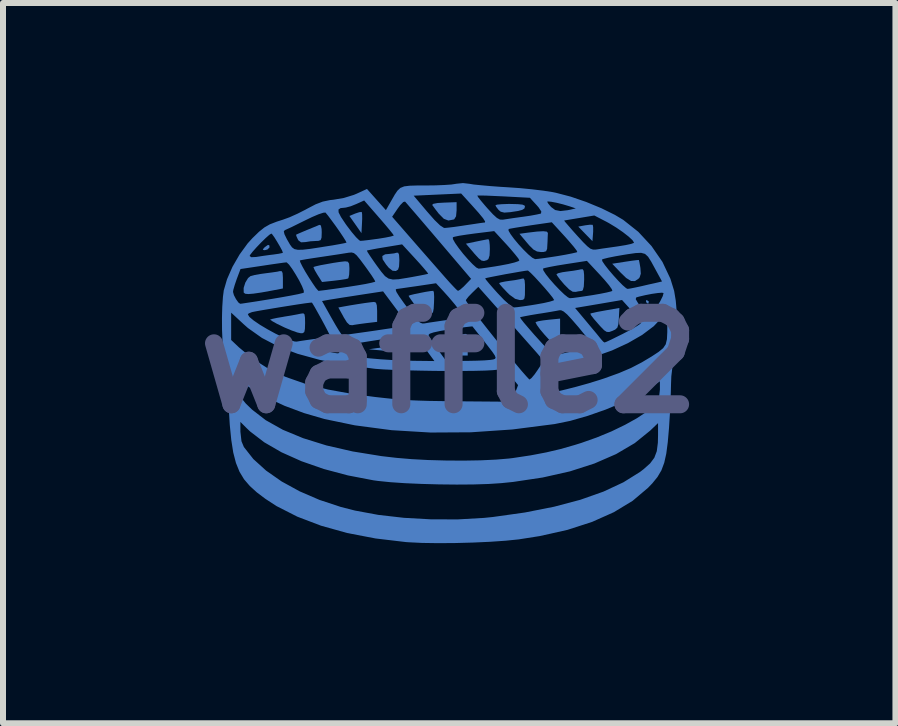
<source format=kicad_pcb>
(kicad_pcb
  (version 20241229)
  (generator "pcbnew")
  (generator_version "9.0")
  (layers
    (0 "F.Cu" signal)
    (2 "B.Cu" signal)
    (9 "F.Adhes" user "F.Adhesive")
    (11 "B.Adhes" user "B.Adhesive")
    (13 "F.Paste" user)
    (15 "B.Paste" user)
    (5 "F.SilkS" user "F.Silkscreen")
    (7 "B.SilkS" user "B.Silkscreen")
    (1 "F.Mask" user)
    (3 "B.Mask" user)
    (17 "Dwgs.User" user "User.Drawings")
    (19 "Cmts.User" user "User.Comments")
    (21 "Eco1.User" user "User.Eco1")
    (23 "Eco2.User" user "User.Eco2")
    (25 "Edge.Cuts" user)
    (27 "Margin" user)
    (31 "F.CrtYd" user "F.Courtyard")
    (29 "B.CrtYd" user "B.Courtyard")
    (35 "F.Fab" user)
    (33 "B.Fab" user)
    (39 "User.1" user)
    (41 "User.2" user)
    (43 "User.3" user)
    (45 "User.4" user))
  (footprint "waffle2"
    (layer "F.Cu")
    (at 4.434 2.996)
    (property "Reference" "waffle2" (at 0 0 0) (layer "B.Fab") (effects (font (size 1.524 1.524) (thickness 0.3))))
    (attr board_only exclude_from_pos_files exclude_from_bom)
    (fp_poly (pts (xy -2.999 -1.963) (xy -2.993 -1.925) (xy -3.028 -1.89) (xy -3.072 -1.878) (xy -3.105 -1.882) (xy -3.094 -1.906) (xy -3.071 -1.93) (xy -3.024 -1.963)) (stroke (width 0) (type solid)) (fill yes) (layer "B.Cu"))
    (fp_poly (pts (xy 3.324 -1.024) (xy 3.325 -1.016) (xy 3.315 -0.986) (xy 3.312 -0.985) (xy 3.285 -1.007) (xy 3.279 -1.016) (xy 3.281 -1.044) (xy 3.292 -1.047)) (stroke (width 0) (type solid)) (fill yes) (layer "B.Cu"))
    (fp_poly (pts (xy -1.457 -2.514) (xy -1.451 -2.479) (xy -1.45 -2.401) (xy -1.453 -2.332) (xy -1.462 -2.162) (xy -1.663 -2.448) (xy -1.567 -2.488) (xy -1.498 -2.511) (xy -1.459 -2.515)) (stroke (width 0) (type solid)) (fill yes) (layer "B.Cu"))
    (fp_poly (pts (xy 2.387 -2.301) (xy 2.391 -2.299) (xy 2.398 -2.262) (xy 2.398 -2.187) (xy 2.396 -2.157) (xy 2.386 -2.028) (xy 2.268 -2.149) (xy 2.15 -2.271) (xy 2.264 -2.292) (xy 2.341 -2.302)) (stroke (width 0) (type solid)) (fill yes) (layer "B.Cu"))
    (fp_poly (pts (xy 0.123 -2.543) (xy 0.114 -2.443) (xy 0.084 -2.394) (xy 0.074 -2.389) (xy -0.014 -2.372) (xy -0.09 -2.401) (xy -0.171 -2.483) (xy -0.174 -2.486) (xy -0.232 -2.561) (xy -0.274 -2.618) (xy -0.284 -2.632) (xy -0.266 -2.65) (xy -0.193 -2.664) (xy -0.089 -2.67) (xy 0.123 -2.678)) (stroke (width 0) (type solid)) (fill yes) (layer "B.Cu"))
    (fp_poly (pts (xy 1.847 -0.508) (xy 1.844 -0.38) (xy 1.829 -0.305) (xy 1.797 -0.283) (xy 1.743 -0.312) (xy 1.66 -0.391) (xy 1.589 -0.469) (xy 1.514 -0.558) (xy 1.461 -0.631) (xy 1.439 -0.674) (xy 1.44 -0.68) (xy 1.481 -0.694) (xy 1.563 -0.708) (xy 1.655 -0.719) (xy 1.847 -0.738)) (stroke (width 0) (type solid)) (fill yes) (layer "B.Cu"))
    (fp_poly (pts (xy -0.696 -0.293) (xy -0.681 -0.271) (xy -0.677 -0.235) (xy -0.677 -0.231) (xy -0.697 -0.17) (xy -0.757 -0.155) (xy -0.816 -0.169) (xy -0.859 -0.177) (xy -0.947 -0.188) (xy -1.062 -0.201) (xy -1.093 -0.204) (xy -1.339 -0.227) (xy -1.078 -0.265) (xy -0.915 -0.288) (xy -0.804 -0.301) (xy -0.734 -0.303)) (stroke (width 0) (type solid)) (fill yes) (layer "B.Cu"))
    (fp_poly (pts (xy 0.667 -2.034) (xy 0.675 -1.963) (xy 0.677 -1.897) (xy 0.672 -1.79) (xy 0.653 -1.731) (xy 0.629 -1.712) (xy 0.579 -1.698) (xy 0.538 -1.705) (xy 0.491 -1.742) (xy 0.423 -1.816) (xy 0.403 -1.84) (xy 0.278 -1.986) (xy 0.455 -2.023) (xy 0.554 -2.043) (xy 0.627 -2.057) (xy 0.654 -2.061)) (stroke (width 0) (type solid)) (fill yes) (layer "B.Cu"))
    (fp_poly (pts (xy 3.159 -1.715) (xy 3.167 -1.684) (xy 3.18 -1.613) (xy 3.185 -1.582) (xy 3.192 -1.486) (xy 3.172 -1.425) (xy 3.156 -1.405) (xy 3.094 -1.363) (xy 3.028 -1.365) (xy 2.948 -1.415) (xy 2.856 -1.504) (xy 2.715 -1.652) (xy 2.934 -1.686) (xy 3.042 -1.702) (xy 3.122 -1.712) (xy 3.158 -1.715)) (stroke (width 0) (type solid)) (fill yes) (layer "B.Cu"))
    (fp_poly (pts (xy -0.836 -1.803) (xy -0.831 -1.722) (xy -0.831 -1.7) (xy -0.836 -1.605) (xy -0.852 -1.555) (xy -0.887 -1.532) (xy -0.893 -1.531) (xy -0.945 -1.536) (xy -1.007 -1.585) (xy -1.051 -1.638) (xy -1.109 -1.725) (xy -1.115 -1.781) (xy -1.068 -1.809) (xy -0.995 -1.816) (xy -0.917 -1.825) (xy -0.88 -1.835) (xy -0.851 -1.836)) (stroke (width 0) (type solid)) (fill yes) (layer "B.Cu"))
    (fp_poly (pts (xy 1.144 -2.645) (xy 1.22 -2.637) (xy 1.256 -2.621) (xy 1.262 -2.604) (xy 1.252 -2.572) (xy 1.215 -2.549) (xy 1.139 -2.53) (xy 1.014 -2.511) (xy 0.918 -2.504) (xy 0.858 -2.519) (xy 0.822 -2.549) (xy 0.782 -2.6) (xy 0.77 -2.627) (xy 0.798 -2.637) (xy 0.873 -2.644) (xy 0.981 -2.648) (xy 1.016 -2.648)) (stroke (width 0) (type solid)) (fill yes) (layer "B.Cu"))
    (fp_poly (pts (xy 1.626 -2.187) (xy 1.644 -2.165) (xy 1.644 -2.163) (xy 1.641 -2.11) (xy 1.638 -2.023) (xy 1.636 -1.986) (xy 1.631 -1.901) (xy 1.614 -1.86) (xy 1.571 -1.848) (xy 1.529 -1.847) (xy 1.463 -1.856) (xy 1.404 -1.888) (xy 1.335 -1.956) (xy 1.298 -1.999) (xy 1.17 -2.151) (xy 1.301 -2.169) (xy 1.46 -2.188) (xy 1.566 -2.194)) (stroke (width 0) (type solid)) (fill yes) (layer "B.Cu"))
    (fp_poly (pts (xy 2.826 -0.745) (xy 2.818 -0.645) (xy 2.801 -0.588) (xy 2.765 -0.555) (xy 2.719 -0.534) (xy 2.666 -0.515) (xy 2.625 -0.516) (xy 2.581 -0.544) (xy 2.519 -0.608) (xy 2.48 -0.652) (xy 2.411 -0.731) (xy 2.364 -0.792) (xy 2.35 -0.821) (xy 2.35 -0.821) (xy 2.384 -0.832) (xy 2.463 -0.849) (xy 2.572 -0.869) (xy 2.599 -0.874) (xy 2.835 -0.915)) (stroke (width 0) (type solid)) (fill yes) (layer "B.Cu"))
    (fp_poly (pts (xy -2.138 -2.29) (xy -2.126 -2.23) (xy -2.124 -2.174) (xy -2.127 -2.087) (xy -2.142 -2.046) (xy -2.179 -2.033) (xy -2.213 -2.032) (xy -2.312 -2.026) (xy -2.395 -2.013) (xy -2.468 -2.009) (xy -2.512 -2.041) (xy -2.524 -2.062) (xy -2.548 -2.116) (xy -2.55 -2.137) (xy -2.519 -2.151) (xy -2.447 -2.182) (xy -2.371 -2.214) (xy -2.273 -2.254) (xy -2.195 -2.286) (xy -2.163 -2.3)) (stroke (width 0) (type solid)) (fill yes) (layer "B.Cu"))
    (fp_poly (pts (xy 0.29 -0.478) (xy 0.303 -0.431) (xy 0.308 -0.333) (xy 0.308 -0.311) (xy 0.308 -0.123) (xy 0.171 -0.123) (xy 0.088 -0.128) (xy 0.028 -0.151) (xy -0.031 -0.205) (xy -0.075 -0.257) (xy -0.135 -0.333) (xy -0.175 -0.389) (xy -0.185 -0.408) (xy -0.157 -0.419) (xy -0.083 -0.432) (xy 0.02 -0.446) (xy 0.021 -0.446) (xy 0.132 -0.459) (xy 0.221 -0.473) (xy 0.267 -0.484)) (stroke (width 0) (type solid)) (fill yes) (layer "B.Cu"))
    (fp_poly (pts (xy -1.221 -1.004) (xy -1.206 -0.958) (xy -1.201 -0.866) (xy -1.201 -0.85) (xy -1.201 -0.684) (xy -1.378 -0.663) (xy -1.486 -0.649) (xy -1.578 -0.635) (xy -1.616 -0.628) (xy -1.66 -0.633) (xy -1.704 -0.674) (xy -1.759 -0.762) (xy -1.762 -0.769) (xy -1.847 -0.923) (xy -1.778 -0.936) (xy -1.661 -0.957) (xy -1.532 -0.978) (xy -1.409 -0.997) (xy -1.31 -1.01) (xy -1.253 -1.016) (xy -1.251 -1.016)) (stroke (width 0) (type solid)) (fill yes) (layer "B.Cu"))
    (fp_poly (pts (xy -0.255 -1.173) (xy -0.251 -1.1) (xy -0.253 -1.008) (xy -0.259 -0.903) (xy -0.27 -0.845) (xy -0.294 -0.819) (xy -0.338 -0.81) (xy -0.354 -0.809) (xy -0.413 -0.812) (xy -0.464 -0.841) (xy -0.525 -0.905) (xy -0.562 -0.952) (xy -0.622 -1.033) (xy -0.664 -1.094) (xy -0.677 -1.118) (xy -0.65 -1.129) (xy -0.581 -1.146) (xy -0.489 -1.165) (xy -0.392 -1.184) (xy -0.31 -1.197) (xy -0.265 -1.201)) (stroke (width 0) (type solid)) (fill yes) (layer "B.Cu"))
    (fp_poly (pts (xy 1.256 -1.376) (xy 1.262 -1.304) (xy 1.262 -1.235) (xy 1.261 -1.131) (xy 1.253 -1.075) (xy 1.231 -1.052) (xy 1.189 -1.047) (xy 1.176 -1.047) (xy 1.098 -1.068) (xy 1.007 -1.134) (xy 0.961 -1.179) (xy 0.892 -1.252) (xy 0.845 -1.306) (xy 0.831 -1.329) (xy 0.859 -1.341) (xy 0.93 -1.356) (xy 0.998 -1.366) (xy 1.101 -1.38) (xy 1.184 -1.396) (xy 1.214 -1.404) (xy 1.241 -1.406)) (stroke (width 0) (type solid)) (fill yes) (layer "B.Cu"))
    (fp_poly (pts (xy -2.776 -1.498) (xy -2.771 -1.422) (xy -2.771 -1.392) (xy -2.771 -1.24) (xy -2.948 -1.206) (xy -3.13 -1.173) (xy -3.261 -1.154) (xy -3.348 -1.147) (xy -3.399 -1.152) (xy -3.422 -1.17) (xy -3.424 -1.174) (xy -3.425 -1.249) (xy -3.397 -1.338) (xy -3.351 -1.414) (xy -3.309 -1.447) (xy -3.243 -1.464) (xy -3.142 -1.482) (xy -3.061 -1.493) (xy -2.953 -1.507) (xy -2.864 -1.52) (xy -2.825 -1.529) (xy -2.792 -1.529)) (stroke (width 0) (type solid)) (fill yes) (layer "B.Cu"))
    (fp_poly (pts (xy -1.689 -1.686) (xy -1.668 -1.654) (xy -1.663 -1.581) (xy -1.663 -1.557) (xy -1.667 -1.471) (xy -1.679 -1.415) (xy -1.686 -1.406) (xy -1.726 -1.396) (xy -1.809 -1.383) (xy -1.914 -1.37) (xy -2.119 -1.348) (xy -2.195 -1.467) (xy -2.238 -1.54) (xy -2.26 -1.588) (xy -2.26 -1.598) (xy -2.225 -1.609) (xy -2.147 -1.627) (xy -2.043 -1.646) (xy -1.931 -1.666) (xy -1.827 -1.682) (xy -1.75 -1.691) (xy -1.732 -1.692)) (stroke (width 0) (type solid)) (fill yes) (layer "B.Cu"))
    (fp_poly (pts (xy 2.24 -1.534) (xy 2.247 -1.467) (xy 2.248 -1.388) (xy 2.242 -1.271) (xy 2.226 -1.211) (xy 2.209 -1.2) (xy 2.149 -1.192) (xy 2.107 -1.183) (xy 2.057 -1.186) (xy 1.997 -1.225) (xy 1.915 -1.308) (xy 1.914 -1.309) (xy 1.847 -1.388) (xy 1.801 -1.45) (xy 1.786 -1.477) (xy 1.814 -1.494) (xy 1.886 -1.511) (xy 1.963 -1.522) (xy 2.07 -1.536) (xy 2.157 -1.551) (xy 2.194 -1.559) (xy 2.224 -1.56)) (stroke (width 0) (type solid)) (fill yes) (layer "B.Cu"))
    (fp_poly (pts (xy -2.411 -0.809) (xy -2.403 -0.755) (xy -2.401 -0.665) (xy -2.404 -0.567) (xy -2.414 -0.515) (xy -2.439 -0.496) (xy -2.471 -0.494) (xy -2.531 -0.507) (xy -2.627 -0.541) (xy -2.741 -0.589) (xy -2.768 -0.602) (xy -2.871 -0.652) (xy -2.946 -0.694) (xy -2.982 -0.719) (xy -2.983 -0.722) (xy -2.948 -0.733) (xy -2.869 -0.75) (xy -2.762 -0.768) (xy -2.755 -0.77) (xy -2.636 -0.789) (xy -2.533 -0.808) (xy -2.471 -0.821) (xy -2.431 -0.826)) (stroke (width 0) (type solid)) (fill yes) (layer "B.Cu"))
    (fp_poly (pts (xy 0.335 -2.984) (xy 0.408 -2.972) (xy 0.529 -2.96) (xy 0.684 -2.946) (xy 0.86 -2.933) (xy 0.976 -2.926) (xy 1.177 -2.912) (xy 1.381 -2.892) (xy 1.571 -2.869) (xy 1.726 -2.845) (xy 1.779 -2.834) (xy 2.024 -2.77) (xy 2.283 -2.681) (xy 2.535 -2.577) (xy 2.76 -2.466) (xy 2.899 -2.383) (xy 3.15 -2.184) (xy 3.37 -1.947) (xy 3.552 -1.683) (xy 3.685 -1.402) (xy 3.747 -1.201) (xy 3.774 -1.037) (xy 3.791 -0.842) (xy 3.798 -0.633) (xy 3.794 -0.426) (xy 3.78 -0.239) (xy 3.756 -0.089) (xy 3.744 -0.046) (xy 3.718 0.072) (xy 3.7 0.224) (xy 3.695 0.359) (xy 3.692 0.484) (xy 3.686 0.651) (xy 3.677 0.84) (xy 3.665 1.031) (xy 3.662 1.08) (xy 3.641 1.321) (xy 3.616 1.512) (xy 3.582 1.664) (xy 3.535 1.79) (xy 3.47 1.9) (xy 3.384 2.006) (xy 3.312 2.081) (xy 3.055 2.298) (xy 2.743 2.487) (xy 2.38 2.649) (xy 1.968 2.782) (xy 1.508 2.885) (xy 1.158 2.94) (xy 0.942 2.962) (xy 0.683 2.98) (xy 0.397 2.993) (xy 0.101 3.001) (xy -0.188 3.003) (xy -0.453 2.999) (xy -0.677 2.988) (xy -0.721 2.985) (xy -1.226 2.925) (xy -1.7 2.834) (xy -2.136 2.712) (xy -2.53 2.562) (xy -2.876 2.386) (xy -3.062 2.265) (xy -3.205 2.157) (xy -3.322 2.051) (xy -3.418 1.939) (xy -3.494 1.813) (xy -3.553 1.667) (xy -3.598 1.494) (xy -3.631 1.284) (xy -3.656 1.032) (xy -3.659 0.983) (xy -3.479 0.983) (xy -3.479 1.146) (xy -3.461 1.305) (xy -3.421 1.401) (xy -3.263 1.602) (xy -3.051 1.794) (xy -2.792 1.975) (xy -2.493 2.139) (xy -2.162 2.282) (xy -1.805 2.4) (xy -1.57 2.46) (xy -1.181 2.532) (xy -0.753 2.581) (xy -0.304 2.606) (xy 0.146 2.607) (xy 0.58 2.582) (xy 0.728 2.567) (xy 1.261 2.492) (xy 1.747 2.396) (xy 2.185 2.28) (xy 2.57 2.144) (xy 2.902 1.989) (xy 3.178 1.817) (xy 3.239 1.77) (xy 3.347 1.674) (xy 3.417 1.58) (xy 3.458 1.471) (xy 3.476 1.33) (xy 3.479 1.202) (xy 3.479 1.003) (xy 3.348 1.128) (xy 3.091 1.336) (xy 2.78 1.519) (xy 2.419 1.676) (xy 2.011 1.807) (xy 1.558 1.909) (xy 1.065 1.983) (xy 0.868 2.003) (xy 0.655 2.017) (xy 0.403 2.025) (xy 0.124 2.027) (xy -0.168 2.024) (xy -0.459 2.016) (xy -0.736 2.004) (xy -0.984 1.987) (xy -1.19 1.966) (xy -1.262 1.956) (xy -1.689 1.874) (xy -2.091 1.767) (xy -2.461 1.638) (xy -2.794 1.489) (xy -3.081 1.323) (xy -3.316 1.143) (xy -3.375 1.087) (xy -3.479 0.983) (xy -3.659 0.983) (xy -3.674 0.729) (xy -3.682 0.554) (xy -3.692 0.373) (xy -3.697 0.316) (xy -3.526 0.316) (xy -3.516 0.39) (xy -3.506 0.447) (xy -3.484 0.532) (xy -3.449 0.603) (xy -3.389 0.677) (xy -3.292 0.771) (xy -3.286 0.777) (xy -3.057 0.954) (xy -2.772 1.114) (xy -2.434 1.254) (xy -2.045 1.375) (xy -1.609 1.475) (xy -1.128 1.553) (xy -0.877 1.582) (xy -0.63 1.603) (xy -0.351 1.618) (xy -0.057 1.626) (xy 0.24 1.628) (xy 0.523 1.623) (xy 0.78 1.611) (xy 0.995 1.593) (xy 1.06 1.585) (xy 1.358 1.54) (xy 1.616 1.491) (xy 1.854 1.435) (xy 2.095 1.366) (xy 2.201 1.333) (xy 2.458 1.242) (xy 2.703 1.141) (xy 2.928 1.032) (xy 3.126 0.922) (xy 3.289 0.814) (xy 3.408 0.712) (xy 3.476 0.622) (xy 3.476 0.622) (xy 3.499 0.544) (xy 3.51 0.445) (xy 3.51 0.428) (xy 3.51 0.305) (xy 3.379 0.395) (xy 3.161 0.526) (xy 2.898 0.656) (xy 2.608 0.777) (xy 2.308 0.882) (xy 2.015 0.966) (xy 1.755 1.019) (xy 1.052 1.109) (xy 0.36 1.156) (xy -0.312 1.16) (xy -0.958 1.121) (xy -1.572 1.04) (xy -2.078 0.935) (xy -2.418 0.836) (xy -2.745 0.714) (xy -3.045 0.574) (xy -3.304 0.423) (xy -3.412 0.348) (xy -3.477 0.303) (xy -3.519 0.282) (xy -3.525 0.282) (xy -3.526 0.316) (xy -3.697 0.316) (xy -3.706 0.2) (xy -3.722 0.049) (xy -3.738 -0.062) (xy -3.745 -0.091) (xy -3.764 -0.206) (xy -3.777 -0.364) (xy -3.785 -0.55) (xy -3.786 -0.746) (xy -3.784 -0.837) (xy -3.633 -0.837) (xy -3.633 -0.382) (xy -3.502 -0.258) (xy -3.274 -0.069) (xy -3.017 0.094) (xy -2.726 0.233) (xy -2.395 0.349) (xy -2.019 0.444) (xy -1.592 0.521) (xy -1.232 0.568) (xy -1.061 0.587) (xy -0.915 0.602) (xy -0.78 0.613) (xy -0.647 0.622) (xy -0.504 0.628) (xy -0.34 0.633) (xy -0.145 0.636) (xy 0.092 0.639) (xy 0.298 0.641) (xy 1.042 0.647) (xy 1.138 0.394) (xy 1.554 0.394) (xy 1.577 0.437) (xy 1.58 0.442) (xy 1.628 0.516) (xy 1.945 0.441) (xy 2.121 0.396) (xy 2.322 0.34) (xy 2.513 0.281) (xy 2.586 0.257) (xy 2.827 0.17) (xy 3.027 0.085) (xy 3.208 -0.009) (xy 3.372 -0.107) (xy 3.489 -0.184) (xy 3.564 -0.246) (xy 3.607 -0.31) (xy 3.627 -0.394) (xy 3.633 -0.514) (xy 3.633 -0.593) (xy 3.633 -0.873) (xy 3.548 -0.76) (xy 3.407 -0.611) (xy 3.214 -0.466) (xy 2.978 -0.33) (xy 2.711 -0.207) (xy 2.421 -0.104) (xy 2.119 -0.023) (xy 1.962 0.008) (xy 1.848 0.029) (xy 1.775 0.053) (xy 1.724 0.091) (xy 1.673 0.156) (xy 1.639 0.207) (xy 1.581 0.296) (xy 1.555 0.353) (xy 1.554 0.394) (xy 1.138 0.394) (xy 1.147 0.37) (xy 1.033 0.23) (xy 0.965 0.152) (xy 0.917 0.113) (xy 0.868 0.104) (xy 0.805 0.113) (xy 0.726 0.121) (xy 0.596 0.128) (xy 0.424 0.132) (xy 0.221 0.134) (xy -0.003 0.134) (xy -0.239 0.133) (xy -0.475 0.129) (xy -0.702 0.124) (xy -0.91 0.117) (xy -1.089 0.109) (xy -1.228 0.099) (xy -1.262 0.095) (xy -1.738 0.031) (xy -2.159 -0.051) (xy -2.527 -0.152) (xy -2.742 -0.233) (xy -2.201 -0.233) (xy -2.047 -0.197) (xy -1.929 -0.169) (xy -1.861 -0.159) (xy -1.833 -0.165) (xy -1.834 -0.189) (xy -1.847 -0.216) (xy -1.885 -0.259) (xy -1.885 -0.259) (xy -1.684 -0.259) (xy -1.655 -0.199) (xy -1.61 -0.142) (xy -1.561 -0.108) (xy -1.557 -0.107) (xy -1.459 -0.091) (xy -1.315 -0.075) (xy -1.14 -0.06) (xy -0.949 -0.048) (xy -0.757 -0.039) (xy -0.593 -0.035) (xy -0.247 -0.031) (xy -0.405 -0.246) (xy -0.481 -0.344) (xy -0.55 -0.418) (xy -0.6 -0.458) (xy -0.612 -0.461) (xy -0.665 -0.456) (xy -0.763 -0.444) (xy -0.893 -0.426) (xy -1.042 -0.404) (xy -1.2 -0.381) (xy -1.353 -0.357) (xy -1.49 -0.335) (xy -1.598 -0.317) (xy -1.665 -0.304) (xy -1.682 -0.299) (xy -1.684 -0.259) (xy -1.885 -0.259) (xy -1.944 -0.275) (xy -2.041 -0.266) (xy -2.097 -0.255) (xy -2.201 -0.233) (xy -2.742 -0.233) (xy -2.846 -0.273) (xy -3.12 -0.416) (xy -3.353 -0.581) (xy -3.422 -0.642) (xy -3.601 -0.808) (xy -3.355 -0.808) (xy -3.328 -0.765) (xy -3.257 -0.706) (xy -3.153 -0.635) (xy -3.029 -0.561) (xy -2.897 -0.489) (xy -2.768 -0.426) (xy -2.656 -0.38) (xy -2.572 -0.356) (xy -2.54 -0.355) (xy -2.481 -0.365) (xy -2.38 -0.38) (xy -2.258 -0.397) (xy -2.234 -0.4) (xy -2.119 -0.416) (xy -2.031 -0.43) (xy -1.985 -0.439) (xy -1.981 -0.441) (xy -1.992 -0.468) (xy -2.026 -0.535) (xy -2.075 -0.629) (xy -2.132 -0.735) (xy -2.19 -0.839) (xy -2.24 -0.928) (xy -2.276 -0.988) (xy -2.288 -1.005) (xy -2.319 -1.003) (xy -2.399 -0.993) (xy -2.514 -0.976) (xy -2.654 -0.954) (xy -2.805 -0.93) (xy -2.956 -0.905) (xy -3.094 -0.882) (xy -3.207 -0.862) (xy -3.283 -0.847) (xy -3.287 -0.846) (xy -3.34 -0.825) (xy -3.355 -0.808) (xy -3.601 -0.808) (xy -3.633 -0.837) (xy -3.784 -0.837) (xy -3.781 -0.935) (xy -3.77 -1.1) (xy -3.759 -1.183) (xy -3.602 -1.183) (xy -3.587 -1.129) (xy -3.552 -1.062) (xy -3.512 -1.006) (xy -3.483 -0.985) (xy -3.448 -0.989) (xy -3.362 -1.002) (xy -3.236 -1.021) (xy -3.173 -1.031) (xy -2.119 -1.031) (xy -1.96 -0.747) (xy -1.893 -0.63) (xy -1.836 -0.536) (xy -1.796 -0.477) (xy -1.781 -0.462) (xy -1.748 -0.466) (xy -0.345 -0.466) (xy -0.344 -0.461) (xy -0.322 -0.417) (xy -0.273 -0.34) (xy -0.206 -0.244) (xy -0.192 -0.225) (xy -0.05 -0.031) (xy 0.306 -0.034) (xy 0.455 -0.037) (xy 0.587 -0.042) (xy 0.686 -0.05) (xy 0.733 -0.057) (xy 0.763 -0.068) (xy 0.773 -0.087) (xy 0.76 -0.123) (xy 0.719 -0.184) (xy 0.645 -0.28) (xy 0.599 -0.339) (xy 0.515 -0.446) (xy 0.446 -0.533) (xy 0.401 -0.59) (xy 0.387 -0.608) (xy 0.356 -0.606) (xy 0.276 -0.597) (xy 0.159 -0.581) (xy 0.018 -0.56) (xy 0.013 -0.559) (xy -0.151 -0.532) (xy -0.261 -0.508) (xy -0.324 -0.487) (xy -0.345 -0.466) (xy -1.748 -0.466) (xy -1.745 -0.466) (xy -1.659 -0.478) (xy -1.532 -0.496) (xy -1.375 -0.518) (xy -1.229 -0.539) (xy -1.056 -0.565) (xy -0.906 -0.587) (xy -0.788 -0.606) (xy -0.713 -0.619) (xy -0.691 -0.624) (xy -0.705 -0.65) (xy -0.75 -0.715) (xy -0.817 -0.809) (xy -0.893 -0.912) (xy -1.102 -1.192) (xy -1.482 -1.134) (xy -1.642 -1.109) (xy -1.792 -1.086) (xy -1.915 -1.066) (xy -1.991 -1.054) (xy -2.119 -1.031) (xy -3.173 -1.031) (xy -3.081 -1.046) (xy -2.956 -1.066) (xy -2.785 -1.095) (xy -2.636 -1.122) (xy -2.518 -1.145) (xy -2.444 -1.163) (xy -2.422 -1.171) (xy -2.424 -1.207) (xy -2.452 -1.278) (xy -2.499 -1.372) (xy -2.557 -1.472) (xy -2.616 -1.566) (xy -2.669 -1.638) (xy -2.707 -1.674) (xy -2.714 -1.675) (xy -2.76 -1.67) (xy -2.852 -1.657) (xy -2.978 -1.639) (xy -3.116 -1.618) (xy -3.477 -1.564) (xy -3.54 -1.397) (xy -3.574 -1.297) (xy -3.597 -1.217) (xy -3.602 -1.183) (xy -3.759 -1.183) (xy -3.757 -1.204) (xy -3.702 -1.393) (xy -3.611 -1.601) (xy -3.55 -1.707) (xy -2.489 -1.707) (xy -2.481 -1.677) (xy -2.448 -1.61) (xy -2.397 -1.519) (xy -2.336 -1.42) (xy -2.275 -1.326) (xy -2.222 -1.249) (xy -2.185 -1.206) (xy -2.176 -1.2) (xy -2.134 -1.205) (xy -2.043 -1.216) (xy -2.017 -1.22) (xy -0.892 -1.22) (xy -0.879 -1.181) (xy -0.834 -1.109) (xy -0.756 -0.999) (xy -0.69 -0.911) (xy -0.599 -0.792) (xy -0.535 -0.716) (xy -0.488 -0.673) (xy -0.449 -0.657) (xy -0.409 -0.658) (xy -0.406 -0.659) (xy -0.337 -0.671) (xy -0.228 -0.687) (xy -0.099 -0.706) (xy -0.062 -0.711) (xy 0.06 -0.729) (xy 0.157 -0.747) (xy 0.214 -0.762) (xy 0.222 -0.766) (xy 0.216 -0.8) (xy 0.172 -0.872) (xy 0.096 -0.972) (xy 0.037 -1.042) (xy 0.277 -1.042) (xy 0.296 -1.009) (xy 0.347 -0.938) (xy 0.425 -0.834) (xy 0.525 -0.707) (xy 0.638 -0.563) (xy 0.76 -0.41) (xy 0.885 -0.256) (xy 1.005 -0.108) (xy 1.116 0.026) (xy 1.211 0.139) (xy 1.284 0.222) (xy 1.328 0.269) (xy 1.338 0.277) (xy 1.371 0.252) (xy 1.423 0.19) (xy 1.471 0.121) (xy 1.573 -0.034) (xy 1.502 -0.118) (xy 1.462 -0.165) (xy 1.387 -0.25) (xy 1.285 -0.365) (xy 1.163 -0.503) (xy 1.028 -0.656) (xy 0.958 -0.734) (xy 0.936 -0.759) (xy 1.18 -0.759) (xy 1.195 -0.733) (xy 1.244 -0.67) (xy 1.321 -0.58) (xy 1.417 -0.469) (xy 1.448 -0.435) (xy 1.567 -0.304) (xy 1.655 -0.216) (xy 1.718 -0.162) (xy 1.764 -0.138) (xy 1.795 -0.137) (xy 1.858 -0.15) (xy 1.959 -0.172) (xy 2.079 -0.199) (xy 2.094 -0.202) (xy 2.21 -0.23) (xy 2.305 -0.256) (xy 2.361 -0.274) (xy 2.365 -0.276) (xy 2.369 -0.302) (xy 2.336 -0.363) (xy 2.265 -0.459) (xy 2.154 -0.595) (xy 2.044 -0.722) (xy 1.964 -0.808) (xy 1.906 -0.857) (xy 1.864 -0.877) (xy 1.836 -0.877) (xy 1.778 -0.866) (xy 1.676 -0.848) (xy 1.548 -0.827) (xy 1.481 -0.817) (xy 1.355 -0.796) (xy 1.254 -0.777) (xy 1.192 -0.764) (xy 1.18 -0.759) (xy 0.936 -0.759) (xy 0.798 -0.915) (xy 2.097 -0.915) (xy 2.288 -0.687) (xy 2.376 -0.581) (xy 2.454 -0.488) (xy 2.509 -0.42) (xy 2.525 -0.4) (xy 2.566 -0.354) (xy 2.588 -0.34) (xy 2.62 -0.352) (xy 2.696 -0.387) (xy 2.801 -0.439) (xy 2.894 -0.485) (xy 3.014 -0.548) (xy 3.112 -0.604) (xy 3.175 -0.645) (xy 3.193 -0.662) (xy 3.178 -0.698) (xy 3.13 -0.765) (xy 3.058 -0.85) (xy 3.04 -0.87) (xy 2.879 -1.048) (xy 2.488 -0.981) (xy 2.097 -0.915) (xy 0.798 -0.915) (xy 0.485 -1.267) (xy 0.381 -1.166) (xy 0.319 -1.102) (xy 0.282 -1.054) (xy 0.277 -1.042) (xy 0.037 -1.042) (xy -0.009 -1.096) (xy -0.094 -1.191) (xy -0.22 -1.327) (xy -0.542 -1.279) (xy -0.676 -1.26) (xy -0.785 -1.244) (xy -0.857 -1.234) (xy -0.878 -1.232) (xy -0.892 -1.22) (xy -2.017 -1.22) (xy -1.914 -1.234) (xy -1.76 -1.256) (xy -1.686 -1.267) (xy -1.527 -1.292) (xy -1.393 -1.315) (xy -1.293 -1.336) (xy -1.238 -1.351) (xy -1.232 -1.356) (xy -1.249 -1.389) (xy -1.294 -1.459) (xy -1.361 -1.554) (xy -1.405 -1.615) (xy -1.487 -1.725) (xy -1.544 -1.794) (xy -1.587 -1.829) (xy -1.627 -1.84) (xy -1.674 -1.836) (xy -1.674 -1.836) (xy -1.743 -1.825) (xy -1.856 -1.807) (xy -1.997 -1.786) (xy -2.124 -1.767) (xy -2.264 -1.746) (xy -2.38 -1.728) (xy -2.459 -1.714) (xy -2.489 -1.707) (xy -3.55 -1.707) (xy -3.507 -1.781) (xy -3.325 -1.781) (xy -3.297 -1.761) (xy -3.216 -1.765) (xy -3.21 -1.766) (xy -3.108 -1.782) (xy -2.985 -1.799) (xy -2.933 -1.805) (xy -2.842 -1.818) (xy -2.784 -1.83) (xy -2.771 -1.836) (xy -2.784 -1.871) (xy -1.372 -1.871) (xy -1.359 -1.844) (xy -1.317 -1.779) (xy -1.253 -1.686) (xy -1.209 -1.624) (xy -1.131 -1.518) (xy -1.07 -1.446) (xy -1.011 -1.405) (xy -0.939 -1.389) (xy -0.843 -1.394) (xy -0.706 -1.416) (xy -0.619 -1.431) (xy -0.501 -1.453) (xy -0.409 -1.471) (xy -0.357 -1.483) (xy -0.351 -1.486) (xy -0.367 -1.51) (xy -0.417 -1.57) (xy -0.492 -1.656) (xy -0.564 -1.735) (xy -0.785 -1.975) (xy -1.074 -1.927) (xy -1.2 -1.906) (xy -1.3 -1.887) (xy -1.36 -1.875) (xy -1.372 -1.871) (xy -2.784 -1.871) (xy -2.785 -1.874) (xy -2.822 -1.942) (xy -2.869 -2.022) (xy -2.915 -2.096) (xy -2.951 -2.145) (xy -2.963 -2.155) (xy -2.997 -2.134) (xy -3.058 -2.08) (xy -3.134 -2.006) (xy -3.211 -1.925) (xy -3.277 -1.851) (xy -3.318 -1.798) (xy -3.325 -1.781) (xy -3.507 -1.781) (xy -3.492 -1.807) (xy -3.358 -1.991) (xy -3.279 -2.078) (xy -3.169 -2.185) (xy -3.16 -2.192) (xy -2.756 -2.192) (xy -2.745 -2.144) (xy -2.703 -2.058) (xy -2.691 -2.038) (xy -2.653 -1.972) (xy -2.619 -1.925) (xy -2.579 -1.896) (xy -2.521 -1.884) (xy -2.437 -1.886) (xy -2.315 -1.9) (xy -2.146 -1.926) (xy -2.085 -1.936) (xy -1.944 -1.958) (xy -1.826 -1.979) (xy -1.744 -1.995) (xy -1.711 -2.004) (xy -1.724 -2.031) (xy -1.764 -2.095) (xy -1.822 -2.182) (xy -1.89 -2.279) (xy -1.959 -2.373) (xy -2.018 -2.452) (xy -2.06 -2.503) (xy -2.062 -2.505) (xy -2.098 -2.502) (xy -2.177 -2.476) (xy -2.285 -2.43) (xy -2.391 -2.379) (xy -2.519 -2.316) (xy -2.628 -2.262) (xy -2.707 -2.226) (xy -2.738 -2.212) (xy -2.756 -2.192) (xy -3.16 -2.192) (xy -3.079 -2.257) (xy -2.988 -2.309) (xy -2.874 -2.353) (xy -2.771 -2.386) (xy -2.661 -2.426) (xy -2.525 -2.487) (xy -2.391 -2.555) (xy -1.845 -2.555) (xy -1.843 -2.508) (xy -1.803 -2.43) (xy -1.725 -2.313) (xy -1.704 -2.284) (xy -1.623 -2.178) (xy -1.552 -2.094) (xy -1.499 -2.043) (xy -1.479 -2.033) (xy -1.43 -2.037) (xy -1.336 -2.048) (xy -1.217 -2.064) (xy -1.179 -2.069) (xy -1.063 -2.088) (xy -0.974 -2.106) (xy -0.928 -2.12) (xy -0.924 -2.124) (xy -0.943 -2.152) (xy -0.995 -2.217) (xy -1.072 -2.309) (xy -1.167 -2.419) (xy -1.171 -2.423) (xy -1.181 -2.435) (xy -0.951 -2.435) (xy -0.688 -2.133) (xy -0.483 -1.898) (xy -0.314 -1.705) (xy -0.179 -1.551) (xy -0.073 -1.43) (xy 0.007 -1.34) (xy 0.066 -1.277) (xy 0.106 -1.235) (xy 0.131 -1.211) (xy 0.145 -1.202) (xy 0.149 -1.201) (xy 0.183 -1.221) (xy 0.241 -1.272) (xy 0.269 -1.301) (xy 0.365 -1.401) (xy 0.358 -1.408) (xy 0.598 -1.408) (xy 0.614 -1.384) (xy 0.663 -1.324) (xy 0.738 -1.238) (xy 0.806 -1.162) (xy 0.912 -1.051) (xy 1.001 -0.971) (xy 1.064 -0.928) (xy 1.082 -0.924) (xy 1.137 -0.929) (xy 1.236 -0.942) (xy 1.364 -0.961) (xy 1.449 -0.975) (xy 1.577 -0.998) (xy 1.677 -1.021) (xy 1.737 -1.04) (xy 1.748 -1.049) (xy 1.739 -1.062) (xy 3.107 -1.062) (xy 3.146 -0.996) (xy 3.191 -0.939) (xy 3.256 -0.865) (xy 3.306 -0.815) (xy 3.326 -0.8) (xy 3.358 -0.821) (xy 3.408 -0.87) (xy 3.463 -0.941) (xy 3.516 -1.029) (xy 3.557 -1.112) (xy 3.571 -1.164) (xy 3.544 -1.17) (xy 3.473 -1.164) (xy 3.375 -1.15) (xy 3.267 -1.129) (xy 3.164 -1.105) (xy 3.116 -1.091) (xy 3.107 -1.062) (xy 1.739 -1.062) (xy 1.721 -1.091) (xy 1.665 -1.161) (xy 1.59 -1.249) (xy 1.506 -1.343) (xy 1.426 -1.43) (xy 1.359 -1.498) (xy 1.316 -1.536) (xy 1.307 -1.539) (xy 1.264 -1.534) (xy 1.178 -1.52) (xy 1.065 -1.5) (xy 0.938 -1.478) (xy 0.813 -1.454) (xy 0.705 -1.433) (xy 0.628 -1.417) (xy 0.598 -1.408) (xy 0.358 -1.408) (xy -0.173 -2.032) (xy -0.225 -2.093) (xy 0.06 -2.093) (xy 0.062 -2.062) (xy 0.098 -1.998) (xy 0.158 -1.913) (xy 0.232 -1.818) (xy 0.313 -1.725) (xy 0.389 -1.645) (xy 0.451 -1.589) (xy 0.49 -1.57) (xy 0.497 -1.571) (xy 1.562 -1.571) (xy 1.569 -1.54) (xy 1.61 -1.477) (xy 1.675 -1.395) (xy 1.755 -1.304) (xy 1.839 -1.216) (xy 1.917 -1.141) (xy 1.978 -1.092) (xy 2.009 -1.078) (xy 2.062 -1.082) (xy 2.16 -1.095) (xy 2.287 -1.114) (xy 2.38 -1.128) (xy 2.513 -1.151) (xy 2.623 -1.173) (xy 2.696 -1.191) (xy 2.718 -1.2) (xy 2.708 -1.229) (xy 2.663 -1.293) (xy 2.59 -1.38) (xy 2.518 -1.46) (xy 2.294 -1.7) (xy 1.94 -1.645) (xy 1.798 -1.622) (xy 1.679 -1.6) (xy 1.596 -1.582) (xy 1.562 -1.571) (xy 0.497 -1.571) (xy 0.54 -1.575) (xy 0.635 -1.588) (xy 0.76 -1.607) (xy 0.854 -1.623) (xy 0.985 -1.648) (xy 1.088 -1.673) (xy 1.153 -1.695) (xy 1.169 -1.708) (xy 1.161 -1.722) (xy 2.544 -1.722) (xy 2.552 -1.692) (xy 2.594 -1.63) (xy 2.659 -1.547) (xy 2.737 -1.456) (xy 2.818 -1.367) (xy 2.891 -1.293) (xy 2.947 -1.245) (xy 2.971 -1.233) (xy 3.015 -1.239) (xy 3.1 -1.256) (xy 3.202 -1.278) (xy 3.317 -1.305) (xy 3.417 -1.327) (xy 3.474 -1.34) (xy 3.545 -1.357) (xy 3.432 -1.564) (xy 3.365 -1.687) (xy 3.313 -1.769) (xy 3.262 -1.816) (xy 3.197 -1.834) (xy 3.106 -1.83) (xy 2.973 -1.811) (xy 2.905 -1.8) (xy 2.767 -1.776) (xy 2.652 -1.753) (xy 2.572 -1.733) (xy 2.544 -1.722) (xy 1.161 -1.722) (xy 1.149 -1.743) (xy 1.095 -1.811) (xy 1.018 -1.902) (xy 0.959 -1.968) (xy 0.749 -2.196) (xy 0.424 -2.156) (xy 0.286 -2.137) (xy 0.169 -2.119) (xy 0.088 -2.102) (xy 0.06 -2.093) (xy -0.225 -2.093) (xy -0.316 -2.2) (xy -0.319 -2.203) (xy 0.988 -2.203) (xy 1.022 -2.145) (xy 1.081 -2.065) (xy 1.156 -1.975) (xy 1.238 -1.886) (xy 1.317 -1.808) (xy 1.384 -1.752) (xy 1.43 -1.729) (xy 1.432 -1.729) (xy 1.487 -1.734) (xy 1.587 -1.747) (xy 1.715 -1.766) (xy 1.806 -1.78) (xy 1.938 -1.803) (xy 2.045 -1.824) (xy 2.115 -1.84) (xy 2.134 -1.847) (xy 2.121 -1.875) (xy 2.073 -1.937) (xy 1.999 -2.024) (xy 1.929 -2.103) (xy 1.709 -2.343) (xy 1.37 -2.294) (xy 1.229 -2.272) (xy 1.109 -2.253) (xy 1.024 -2.238) (xy 0.99 -2.231) (xy 0.988 -2.203) (xy -0.319 -2.203) (xy -0.447 -2.353) (xy -0.56 -2.485) (xy -0.65 -2.589) (xy -0.71 -2.659) (xy -0.736 -2.688) (xy -0.766 -2.68) (xy -0.815 -2.63) (xy -0.856 -2.575) (xy -0.951 -2.435) (xy -1.181 -2.435) (xy -1.417 -2.706) (xy -1.548 -2.647) (xy -1.64 -2.61) (xy -1.719 -2.589) (xy -1.74 -2.586) (xy -1.81 -2.579) (xy -1.845 -2.555) (xy -2.391 -2.555) (xy -2.39 -2.556) (xy -2.368 -2.568) (xy -2.226 -2.642) (xy -2.108 -2.687) (xy -1.989 -2.712) (xy -1.926 -2.719) (xy -1.756 -2.748) (xy -1.59 -2.799) (xy -1.544 -2.818) (xy -1.37 -2.898) (xy -1.213 -2.722) (xy -1.055 -2.545) (xy -0.969 -2.696) (xy -0.917 -2.786) (xy -0.592 -2.786) (xy -0.365 -2.517) (xy -0.244 -2.38) (xy -0.151 -2.29) (xy -0.089 -2.25) (xy -0.077 -2.248) (xy -0.021 -2.253) (xy 0.08 -2.265) (xy 0.206 -2.283) (xy 0.277 -2.294) (xy 0.406 -2.313) (xy 0.511 -2.329) (xy 0.579 -2.338) (xy 0.595 -2.339) (xy 0.598 -2.357) (xy 0.588 -2.372) (xy 1.915 -2.372) (xy 1.93 -2.35) (xy 1.979 -2.293) (xy 2.053 -2.208) (xy 2.13 -2.122) (xy 2.23 -2.013) (xy 2.301 -1.943) (xy 2.352 -1.903) (xy 2.395 -1.888) (xy 2.44 -1.888) (xy 2.463 -1.891) (xy 2.545 -1.904) (xy 2.665 -1.921) (xy 2.799 -1.94) (xy 2.825 -1.944) (xy 2.941 -1.963) (xy 3.029 -1.982) (xy 3.075 -1.999) (xy 3.079 -2.003) (xy 3.054 -2.044) (xy 2.988 -2.105) (xy 2.893 -2.179) (xy 2.781 -2.256) (xy 2.664 -2.327) (xy 2.622 -2.35) (xy 2.417 -2.456) (xy 2.171 -2.415) (xy 2.055 -2.396) (xy 1.966 -2.381) (xy 1.919 -2.373) (xy 1.915 -2.372) (xy 0.588 -2.372) (xy 0.564 -2.41) (xy 0.488 -2.502) (xy 0.371 -2.633) (xy 0.35 -2.656) (xy 0.231 -2.787) (xy 0.468 -2.787) (xy 0.482 -2.761) (xy 0.529 -2.701) (xy 0.6 -2.617) (xy 0.637 -2.575) (xy 0.729 -2.475) (xy 0.795 -2.415) (xy 0.845 -2.388) (xy 0.89 -2.386) (xy 0.893 -2.386) (xy 0.959 -2.396) (xy 1.065 -2.412) (xy 1.193 -2.43) (xy 1.232 -2.435) (xy 1.355 -2.453) (xy 1.457 -2.472) (xy 1.52 -2.486) (xy 1.529 -2.49) (xy 1.534 -2.523) (xy 1.489 -2.591) (xy 1.455 -2.63) (xy 1.404 -2.685) (xy 1.632 -2.685) (xy 1.651 -2.652) (xy 1.697 -2.598) (xy 1.699 -2.596) (xy 1.765 -2.547) (xy 1.852 -2.53) (xy 1.973 -2.544) (xy 2.017 -2.553) (xy 2.109 -2.574) (xy 2.001 -2.61) (xy 1.894 -2.642) (xy 1.788 -2.668) (xy 1.699 -2.685) (xy 1.643 -2.69) (xy 1.632 -2.685) (xy 1.404 -2.685) (xy 1.344 -2.751) (xy 0.911 -2.774) (xy 0.755 -2.781) (xy 0.622 -2.787) (xy 0.524 -2.789) (xy 0.473 -2.788) (xy 0.468 -2.787) (xy 0.231 -2.787) (xy 0.199 -2.822) (xy -0.592 -2.786) (xy -0.917 -2.786) (xy -0.911 -2.798) (xy -0.863 -2.869) (xy -0.814 -2.915) (xy -0.75 -2.941) (xy -0.66 -2.952) (xy -0.531 -2.956) (xy -0.388 -2.956) (xy -0.227 -2.958) (xy -0.08 -2.964) (xy 0.037 -2.972) (xy 0.11 -2.983) (xy 0.113 -2.984) (xy 0.229 -2.996)) (stroke (width 0) (type solid)) (fill yes) (layer "B.Cu")))
  (gr_rect
    (start -3 -3)
    (end 11.868 8.999)
    (stroke (width 0.1) (type default))
    (fill no)
    (layer "Edge.Cuts")))
</source>
